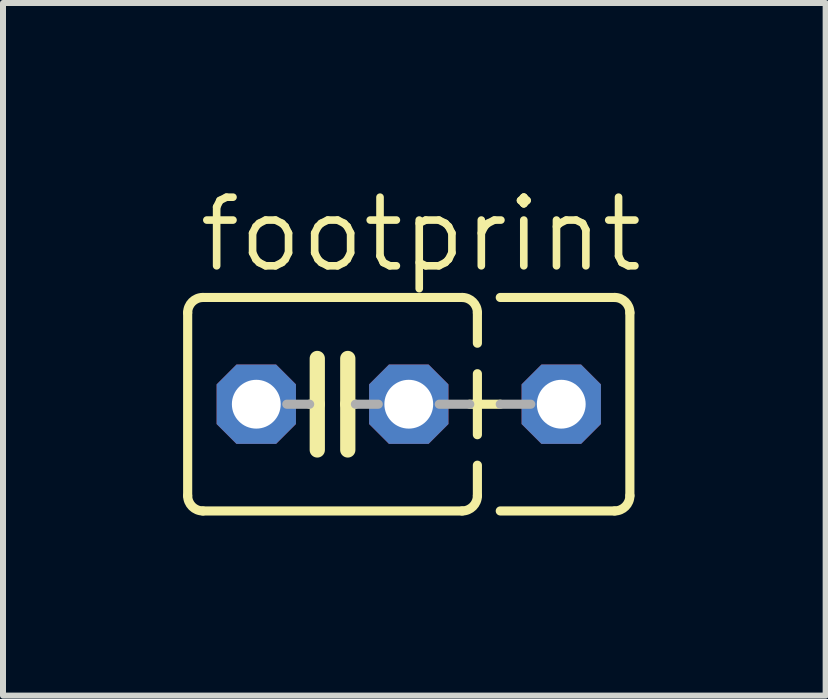
<source format=kicad_pcb>
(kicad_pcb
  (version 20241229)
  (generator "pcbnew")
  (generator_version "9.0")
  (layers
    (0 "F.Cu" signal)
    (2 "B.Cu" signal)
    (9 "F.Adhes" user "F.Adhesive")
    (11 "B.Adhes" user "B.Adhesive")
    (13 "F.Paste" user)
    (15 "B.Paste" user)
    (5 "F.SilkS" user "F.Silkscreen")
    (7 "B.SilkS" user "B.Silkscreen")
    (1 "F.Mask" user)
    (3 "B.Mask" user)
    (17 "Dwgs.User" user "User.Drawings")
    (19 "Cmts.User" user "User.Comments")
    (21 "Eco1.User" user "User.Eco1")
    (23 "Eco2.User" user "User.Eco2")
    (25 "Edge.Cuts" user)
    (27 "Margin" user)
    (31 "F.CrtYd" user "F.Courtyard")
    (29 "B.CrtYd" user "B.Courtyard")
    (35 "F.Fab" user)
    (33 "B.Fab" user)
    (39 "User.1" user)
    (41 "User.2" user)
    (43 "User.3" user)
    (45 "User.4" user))
  (footprint "footprint"
    (layer "F.Cu")
    (at 2.489 3.683)
    (property "Reference" "footprint" (at -2.286 -2.159 0) (layer "F.SilkS") (effects (font (size 1.143 1.143) (thickness 0.127)) (justify left bottom)))
    (fp_line (start -2.413 -1.524) (end -2.413 1.524) (stroke (width 0.152) (type solid)) (layer "F.SilkS"))
    (fp_line (start -2.159 -1.778) (end 2.159 -1.778) (stroke (width 0.152) (type solid)) (layer "F.SilkS"))
    (fp_line (start -0.254 -0.762) (end -0.254 0) (stroke (width 0.254) (type solid)) (layer "F.SilkS"))
    (fp_line (start -0.254 0) (end -0.381 0) (stroke (width 0.152) (type solid)) (layer "F.SilkS"))
    (fp_line (start -0.254 0) (end -0.254 0.762) (stroke (width 0.254) (type solid)) (layer "F.SilkS"))
    (fp_line (start 0.254 0) (end 0.254 -0.762) (stroke (width 0.254) (type solid)) (layer "F.SilkS"))
    (fp_line (start 0.254 0) (end 0.254 0.762) (stroke (width 0.254) (type solid)) (layer "F.SilkS"))
    (fp_line (start 0.381 0) (end 0.254 0) (stroke (width 0.152) (type solid)) (layer "F.SilkS"))
    (fp_line (start 2.159 1.778) (end -2.159 1.778) (stroke (width 0.152) (type solid)) (layer "F.SilkS"))
    (fp_line (start 2.286 0) (end 2.794 0) (stroke (width 0.152) (type solid)) (layer "F.SilkS"))
    (fp_line (start 2.413 -1.524) (end 2.413 -1.016) (stroke (width 0.152) (type solid)) (layer "F.SilkS"))
    (fp_line (start 2.413 -0.508) (end 2.413 0.508) (stroke (width 0.152) (type solid)) (layer "F.SilkS"))
    (fp_line (start 2.413 1.016) (end 2.413 1.524) (stroke (width 0.152) (type solid)) (layer "F.SilkS"))
    (fp_line (start 2.794 -1.778) (end 4.699 -1.778) (stroke (width 0.152) (type solid)) (layer "F.SilkS"))
    (fp_line (start 4.699 1.778) (end 2.794 1.778) (stroke (width 0.152) (type solid)) (layer "F.SilkS"))
    (fp_line (start 4.953 -1.524) (end 4.953 1.524) (stroke (width 0.152) (type solid)) (layer "F.SilkS"))
    (fp_arc (start -2.413 -1.524) (mid -2.338605 -1.703605) (end -2.159 -1.778) (stroke (width 0.1524) (type solid)) (layer "F.SilkS"))
    (fp_arc (start -2.159 1.778) (mid -2.338605 1.703605) (end -2.413 1.524) (stroke (width 0.1524) (type solid)) (layer "F.SilkS"))
    (fp_arc (start 2.159 -1.778) (mid 2.338605 -1.703605) (end 2.413 -1.524) (stroke (width 0.1524) (type solid)) (layer "F.SilkS"))
    (fp_arc (start 2.413 1.524) (mid 2.338605 1.703605) (end 2.159 1.778) (stroke (width 0.1524) (type solid)) (layer "F.SilkS"))
    (fp_arc (start 4.699 -1.778) (mid 4.878605 -1.703605) (end 4.953 -1.524) (stroke (width 0.1524) (type solid)) (layer "F.SilkS"))
    (fp_arc (start 4.953 1.524) (mid 4.878605 1.703605) (end 4.699 1.778) (stroke (width 0.1524) (type solid)) (layer "F.SilkS"))
    (fp_line (start -0.381 0) (end -0.762 0) (stroke (width 0.152) (type solid)) (layer "F.Fab"))
    (fp_line (start 0.381 0) (end 0.762 0) (stroke (width 0.152) (type solid)) (layer "F.Fab"))
    (fp_line (start 2.286 0) (end 1.778 0) (stroke (width 0.152) (type solid)) (layer "F.Fab"))
    (fp_line (start 2.794 0) (end 3.302 0) (stroke (width 0.152) (type solid)) (layer "F.Fab"))
    (pad "1" thru_hole roundrect (at -1.27 0) (size 1.321 1.321) (drill 0.813) (layers "*.Cu" "*.Mask") (roundrect_rratio 0.25) (chamfer_ratio 0.25) (chamfer top_left top_right bottom_left bottom_right))
    (pad "2" thru_hole roundrect (at 1.27 0) (size 1.321 1.321) (drill 0.813) (layers "*.Cu" "*.Mask") (roundrect_rratio 0.25) (chamfer_ratio 0.25) (chamfer top_left top_right bottom_left bottom_right))
    (pad "3" thru_hole roundrect (at 3.81 0) (size 1.321 1.321) (drill 0.813) (layers "*.Cu" "*.Mask") (roundrect_rratio 0.25) (chamfer_ratio 0.25) (chamfer top_left top_right bottom_left bottom_right)))
  (gr_rect
    (start -3 -3)
    (end 10.703 8.537)
    (stroke (width 0.1) (type default))
    (fill no)
    (layer "Edge.Cuts")))
</source>
